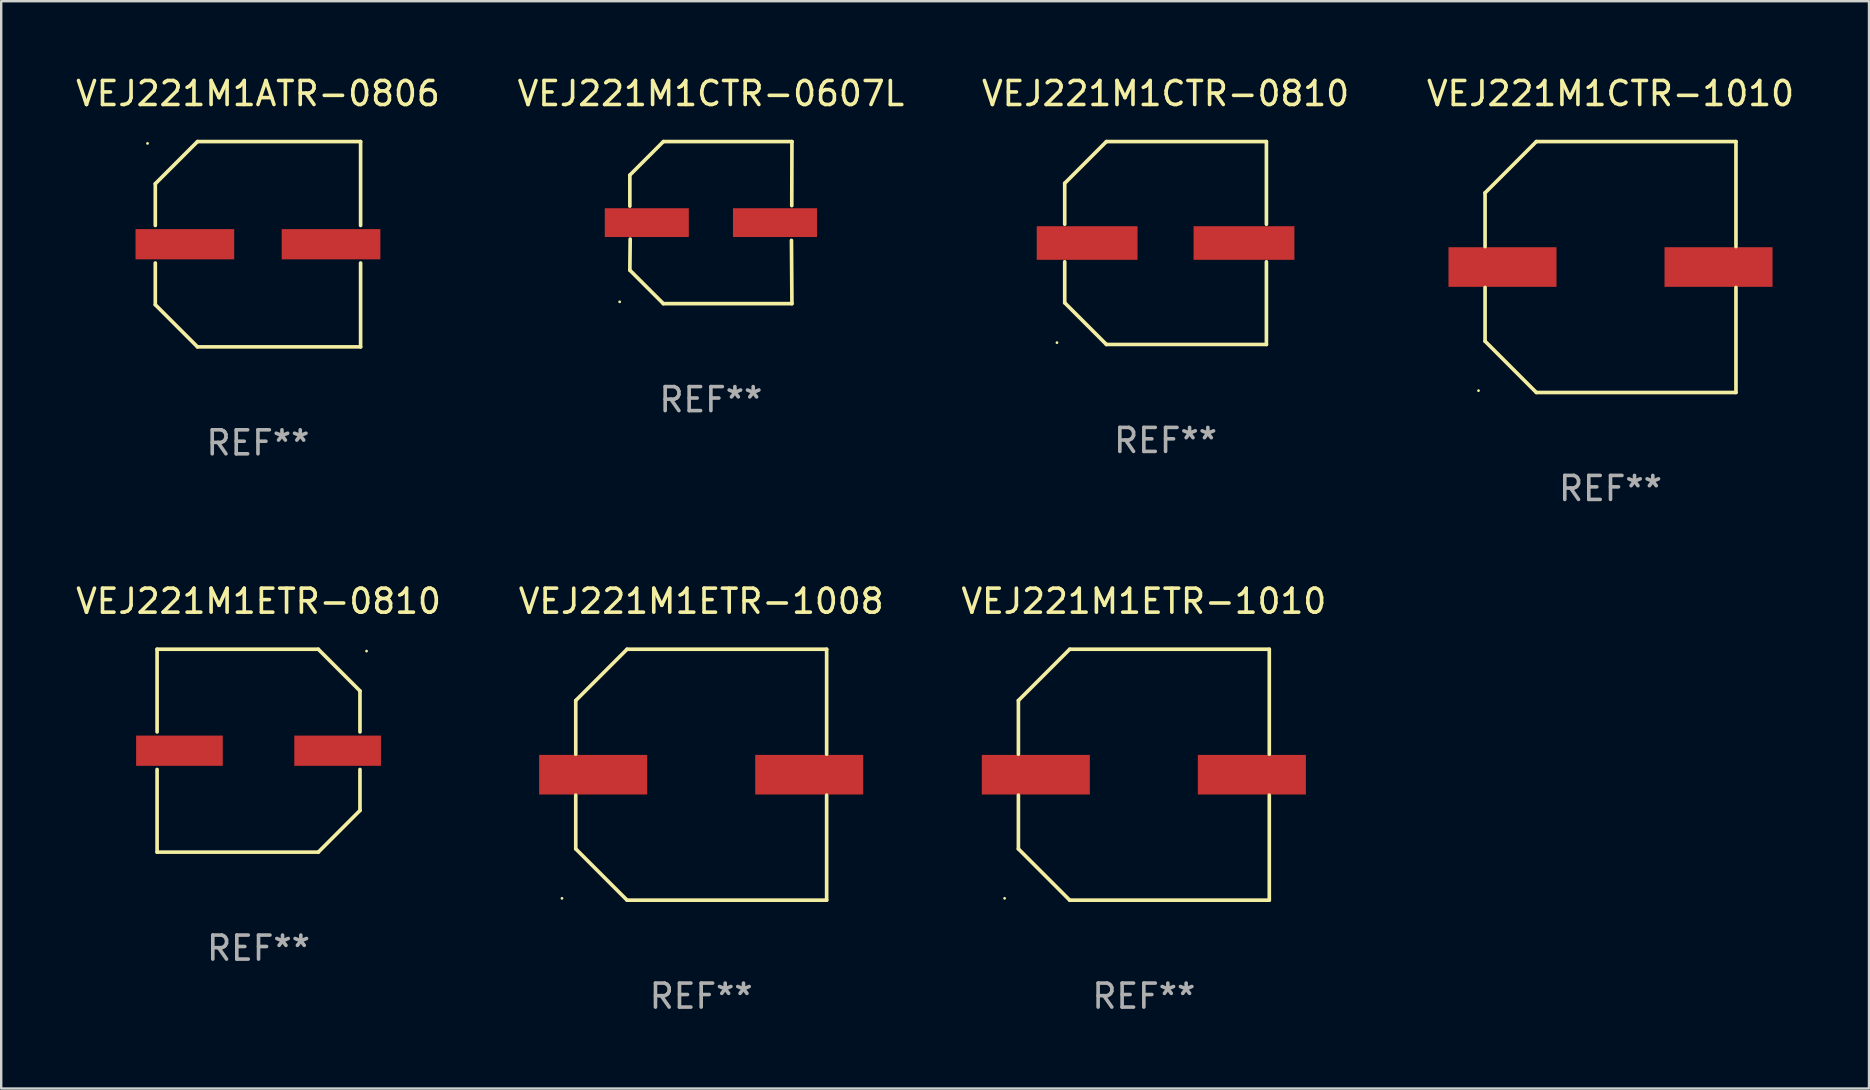
<source format=kicad_pcb>
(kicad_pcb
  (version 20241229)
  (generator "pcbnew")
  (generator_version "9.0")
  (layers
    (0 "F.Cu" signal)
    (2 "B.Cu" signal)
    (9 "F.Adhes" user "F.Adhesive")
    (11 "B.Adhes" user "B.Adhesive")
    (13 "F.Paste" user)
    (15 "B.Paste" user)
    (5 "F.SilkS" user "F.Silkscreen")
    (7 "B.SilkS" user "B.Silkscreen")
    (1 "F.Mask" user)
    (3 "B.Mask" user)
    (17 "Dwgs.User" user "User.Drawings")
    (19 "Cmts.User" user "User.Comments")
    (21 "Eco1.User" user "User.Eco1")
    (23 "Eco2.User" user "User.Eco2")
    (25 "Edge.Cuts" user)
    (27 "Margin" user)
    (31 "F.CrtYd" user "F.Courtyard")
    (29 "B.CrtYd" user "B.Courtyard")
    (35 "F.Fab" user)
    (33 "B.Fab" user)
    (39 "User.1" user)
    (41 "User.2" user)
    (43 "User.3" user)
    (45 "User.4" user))
  (footprint "VEJ221M1ETR-1010"
    (layer "F.Cu")
    (at 44.601 29.223)
    (property "Reference" "VEJ221M1ETR-1010" (at 0 -7.226 0) (layer "F.SilkS") (effects (font (size 1 1) (thickness 0.15))))
    (attr through_hole)
    (fp_line (start -5.226 -3.09) (end -5.226 -0.852) (stroke (width 0.152) (type solid)) (layer "F.SilkS"))
    (fp_line (start -5.226 3.09) (end -5.226 0.852) (stroke (width 0.152) (type solid)) (layer "F.SilkS"))
    (fp_line (start -3.09 -5.226) (end -5.226 -3.09) (stroke (width 0.152) (type solid)) (layer "F.SilkS"))
    (fp_line (start -3.09 5.226) (end -5.226 3.09) (stroke (width 0.152) (type solid)) (layer "F.SilkS"))
    (fp_line (start 5.226 -5.226) (end -3.09 -5.226) (stroke (width 0.152) (type solid)) (layer "F.SilkS"))
    (fp_line (start 5.226 -0.852) (end 5.226 -5.226) (stroke (width 0.152) (type solid)) (layer "F.SilkS"))
    (fp_line (start 5.226 0.852) (end 5.226 5.226) (stroke (width 0.152) (type solid)) (layer "F.SilkS"))
    (fp_line (start 5.226 5.226) (end -3.09 5.226) (stroke (width 0.152) (type solid)) (layer "F.SilkS"))
    (fp_circle (center -5.8 5.15) (end -5.77 5.15) (stroke (width 0.06) (type solid)) (fill no) (layer "F.SilkS"))
    (fp_text user "REF**" (at 0 9.226 0) (layer "F.Fab") (effects (font (size 1 1) (thickness 0.15))))
    (pad "1" smd rect (at -4.5 0) (size 4.5 1.65) (layers "F.Cu" "F.Mask" "F.Paste"))
    (pad "2" smd rect (at 4.5 0) (size 4.5 1.65) (layers "F.Cu" "F.Mask" "F.Paste")))
  (footprint "VEJ221M1CTR-1010"
    (layer "F.Cu")
    (at 64.042 8.074)
    (property "Reference" "VEJ221M1CTR-1010" (at 0 -7.226 0) (layer "F.SilkS") (effects (font (size 1 1) (thickness 0.15))))
    (attr through_hole)
    (fp_line (start -5.226 -3.09) (end -5.226 -0.852) (stroke (width 0.152) (type solid)) (layer "F.SilkS"))
    (fp_line (start -5.226 3.09) (end -5.226 0.852) (stroke (width 0.152) (type solid)) (layer "F.SilkS"))
    (fp_line (start -3.09 -5.226) (end -5.226 -3.09) (stroke (width 0.152) (type solid)) (layer "F.SilkS"))
    (fp_line (start -3.09 5.226) (end -5.226 3.09) (stroke (width 0.152) (type solid)) (layer "F.SilkS"))
    (fp_line (start 5.226 -5.226) (end -3.09 -5.226) (stroke (width 0.152) (type solid)) (layer "F.SilkS"))
    (fp_line (start 5.226 -0.852) (end 5.226 -5.226) (stroke (width 0.152) (type solid)) (layer "F.SilkS"))
    (fp_line (start 5.226 0.852) (end 5.226 5.226) (stroke (width 0.152) (type solid)) (layer "F.SilkS"))
    (fp_line (start 5.226 5.226) (end -3.09 5.226) (stroke (width 0.152) (type solid)) (layer "F.SilkS"))
    (fp_circle (center -5.5 5.15) (end -5.47 5.15) (stroke (width 0.06) (type solid)) (fill no) (layer "F.SilkS"))
    (fp_text user "REF**" (at 0 9.226 0) (layer "F.Fab") (effects (font (size 1 1) (thickness 0.15))))
    (pad "1" smd rect (at -4.5 -0.000025) (size 4.5 1.65) (layers "F.Cu" "F.Mask" "F.Paste"))
    (pad "2" smd rect (at 4.5 -0.000025) (size 4.5 1.65) (layers "F.Cu" "F.Mask" "F.Paste")))
  (footprint "VEJ221M1ATR-0806"
    (layer "F.Cu")
    (at 7.696 7.124)
    (property "Reference" "VEJ221M1ATR-0806" (at 0 -6.276 0) (layer "F.SilkS") (effects (font (size 1 1) (thickness 0.15))))
    (attr through_hole)
    (fp_line (start -4.276 -2.52) (end -2.52 -4.276) (stroke (width 0.152) (type solid)) (layer "F.SilkS"))
    (fp_line (start -4.276 -0.782) (end -4.276 -2.52) (stroke (width 0.152) (type solid)) (layer "F.SilkS"))
    (fp_line (start -4.276 0.782) (end -4.276 2.52) (stroke (width 0.152) (type solid)) (layer "F.SilkS"))
    (fp_line (start -4.276 2.52) (end -2.52 4.276) (stroke (width 0.152) (type solid)) (layer "F.SilkS"))
    (fp_line (start -2.52 -4.276) (end 4.276 -4.276) (stroke (width 0.152) (type solid)) (layer "F.SilkS"))
    (fp_line (start -2.52 4.276) (end 4.276 4.276) (stroke (width 0.152) (type solid)) (layer "F.SilkS"))
    (fp_line (start 4.276 -4.276) (end 4.276 -0.782) (stroke (width 0.152) (type solid)) (layer "F.SilkS"))
    (fp_line (start 4.276 4.276) (end 4.276 0.782) (stroke (width 0.152) (type solid)) (layer "F.SilkS"))
    (fp_circle (center -4.6 -4.2) (end -4.57 -4.2) (stroke (width 0.06) (type solid)) (fill no) (layer "F.SilkS"))
    (fp_text user "REF**" (at 0 8.276 0) (layer "F.Fab") (effects (font (size 1 1) (thickness 0.15))))
    (pad "1" smd rect (at -3.045 -0.000025) (size 4.11 1.26) (layers "F.Cu" "F.Mask" "F.Paste"))
    (pad "2" smd rect (at 3.045 -0.000025) (size 4.11 1.26) (layers "F.Cu" "F.Mask" "F.Paste")))
  (footprint "VEJ221M1ETR-0810"
    (layer "F.Cu")
    (at 7.72 28.223)
    (property "Reference" "VEJ221M1ETR-0810" (at 0 -6.226 0) (layer "F.SilkS") (effects (font (size 1 1) (thickness 0.15))))
    (attr through_hole)
    (fp_line (start -4.226 -4.226) (end 2.49 -4.226) (stroke (width 0.152) (type solid)) (layer "F.SilkS"))
    (fp_line (start -4.226 -0.782) (end -4.226 -4.226) (stroke (width 0.152) (type solid)) (layer "F.SilkS"))
    (fp_line (start -4.226 0.782) (end -4.226 4.226) (stroke (width 0.152) (type solid)) (layer "F.SilkS"))
    (fp_line (start -4.226 4.226) (end 2.49 4.226) (stroke (width 0.152) (type solid)) (layer "F.SilkS"))
    (fp_line (start 2.49 -4.226) (end 4.226 -2.49) (stroke (width 0.152) (type solid)) (layer "F.SilkS"))
    (fp_line (start 2.49 4.226) (end 4.226 2.49) (stroke (width 0.152) (type solid)) (layer "F.SilkS"))
    (fp_line (start 4.226 -2.49) (end 4.226 -0.782) (stroke (width 0.152) (type solid)) (layer "F.SilkS"))
    (fp_line (start 4.226 2.49) (end 4.226 0.782) (stroke (width 0.152) (type solid)) (layer "F.SilkS"))
    (fp_circle (center 4.5 -4.15) (end 4.53 -4.15) (stroke (width 0.06) (type solid)) (fill no) (layer "F.SilkS"))
    (fp_text user "REF**" (at 0 8.226 0) (layer "F.Fab") (effects (font (size 1 1) (thickness 0.15))))
    (pad "1" smd rect (at 3.295 0 180) (size 3.61 1.26) (layers "F.Cu" "F.Mask" "F.Paste"))
    (pad "2" smd rect (at -3.295 0 180) (size 3.61 1.26) (layers "F.Cu" "F.Mask" "F.Paste")))
  (footprint "VEJ221M1ETR-1008"
    (layer "F.Cu")
    (at 26.161 29.223)
    (property "Reference" "VEJ221M1ETR-1008" (at 0 -7.226 0) (layer "F.SilkS") (effects (font (size 1 1) (thickness 0.15))))
    (attr through_hole)
    (fp_line (start -5.226 -3.09) (end -5.226 -0.852) (stroke (width 0.152) (type solid)) (layer "F.SilkS"))
    (fp_line (start -5.226 3.09) (end -5.226 0.852) (stroke (width 0.152) (type solid)) (layer "F.SilkS"))
    (fp_line (start -3.09 -5.226) (end -5.226 -3.09) (stroke (width 0.152) (type solid)) (layer "F.SilkS"))
    (fp_line (start -3.09 5.226) (end -5.226 3.09) (stroke (width 0.152) (type solid)) (layer "F.SilkS"))
    (fp_line (start 5.226 -5.226) (end -3.09 -5.226) (stroke (width 0.152) (type solid)) (layer "F.SilkS"))
    (fp_line (start 5.226 -0.852) (end 5.226 -5.226) (stroke (width 0.152) (type solid)) (layer "F.SilkS"))
    (fp_line (start 5.226 0.852) (end 5.226 5.226) (stroke (width 0.152) (type solid)) (layer "F.SilkS"))
    (fp_line (start 5.226 5.226) (end -3.09 5.226) (stroke (width 0.152) (type solid)) (layer "F.SilkS"))
    (fp_circle (center -5.8 5.15) (end -5.77 5.15) (stroke (width 0.06) (type solid)) (fill no) (layer "F.SilkS"))
    (fp_text user "REF**" (at 0 9.226 0) (layer "F.Fab") (effects (font (size 1 1) (thickness 0.15))))
    (pad "1" smd rect (at -4.5 0) (size 4.5 1.65) (layers "F.Cu" "F.Mask" "F.Paste"))
    (pad "2" smd rect (at 4.5 0) (size 4.5 1.65) (layers "F.Cu" "F.Mask" "F.Paste")))
  (footprint "VEJ221M1CTR-0607L"
    (layer "F.Cu")
    (at 26.565 6.224)
    (property "Reference" "VEJ221M1CTR-0607L" (at 0 -5.376 0) (layer "F.SilkS") (effects (font (size 1 1) (thickness 0.15))))
    (attr through_hole)
    (fp_line (start -3.376 -1.98) (end -3.376 -0.686) (stroke (width 0.152) (type solid)) (layer "F.SilkS"))
    (fp_line (start -3.376 1.981) (end -3.362 0.686) (stroke (width 0.152) (type solid)) (layer "F.SilkS"))
    (fp_line (start -1.981 3.376) (end -3.376 1.981) (stroke (width 0.152) (type solid)) (layer "F.SilkS"))
    (fp_line (start -1.98 -3.376) (end -3.376 -1.98) (stroke (width 0.152) (type solid)) (layer "F.SilkS"))
    (fp_line (start 3.356 0.74) (end 3.376 3.376) (stroke (width 0.152) (type solid)) (layer "F.SilkS"))
    (fp_line (start 3.369 -0.707) (end 3.376 -3.376) (stroke (width 0.152) (type solid)) (layer "F.SilkS"))
    (fp_line (start 3.376 3.376) (end -1.981 3.376) (stroke (width 0.152) (type solid)) (layer "F.SilkS"))
    (fp_line (start 3.376 -3.376) (end -1.98 -3.376) (stroke (width 0.152) (type solid)) (layer "F.SilkS"))
    (fp_circle (center -3.8 3.3) (end -3.77 3.3) (stroke (width 0.06) (type solid)) (fill no) (layer "F.SilkS"))
    (fp_text user "REF**" (at 0 7.376 0) (layer "F.Fab") (effects (font (size 1 1) (thickness 0.15))))
    (pad "1" smd rect (at -2.67 0.000203) (size 3.5 1.2) (layers "F.Cu" "F.Mask" "F.Paste"))
    (pad "2" smd rect (at 2.67 0.000203) (size 3.5 1.2) (layers "F.Cu" "F.Mask" "F.Paste")))
  (footprint "VEJ221M1CTR-0810"
    (layer "F.Cu")
    (at 45.506 7.074)
    (property "Reference" "VEJ221M1CTR-0810" (at 0 -6.226 0) (layer "F.SilkS") (effects (font (size 1 1) (thickness 0.15))))
    (attr through_hole)
    (fp_line (start -4.201 -2.49) (end -4.201 -0.782) (stroke (width 0.152) (type solid)) (layer "F.SilkS"))
    (fp_line (start -4.201 2.49) (end -4.201 0.782) (stroke (width 0.152) (type solid)) (layer "F.SilkS"))
    (fp_line (start -2.465 -4.226) (end -4.201 -2.49) (stroke (width 0.152) (type solid)) (layer "F.SilkS"))
    (fp_line (start -2.465 4.226) (end -4.201 2.49) (stroke (width 0.152) (type solid)) (layer "F.SilkS"))
    (fp_line (start 4.201 -4.226) (end -2.465 -4.226) (stroke (width 0.152) (type solid)) (layer "F.SilkS"))
    (fp_line (start 4.201 -0.782) (end 4.201 -4.226) (stroke (width 0.152) (type solid)) (layer "F.SilkS"))
    (fp_line (start 4.201 0.782) (end 4.201 4.226) (stroke (width 0.152) (type solid)) (layer "F.SilkS"))
    (fp_line (start 4.201 4.226) (end -2.465 4.226) (stroke (width 0.152) (type solid)) (layer "F.SilkS"))
    (fp_circle (center -4.524 4.15) (end -4.494 4.15) (stroke (width 0.06) (type solid)) (fill no) (layer "F.SilkS"))
    (fp_text user "REF**" (at 0 8.226 0) (layer "F.Fab") (effects (font (size 1 1) (thickness 0.15))))
    (pad "1" smd rect (at -3.267 0) (size 4.2 1.4) (layers "F.Cu" "F.Mask" "F.Paste"))
    (pad "2" smd rect (at 3.267 0) (size 4.2 1.4) (layers "F.Cu" "F.Mask" "F.Paste")))
  (gr_rect
    (start -3 -3)
    (end 74.81 42.298)
    (stroke (width 0.1) (type default))
    (fill no)
    (layer "Edge.Cuts")))
</source>
